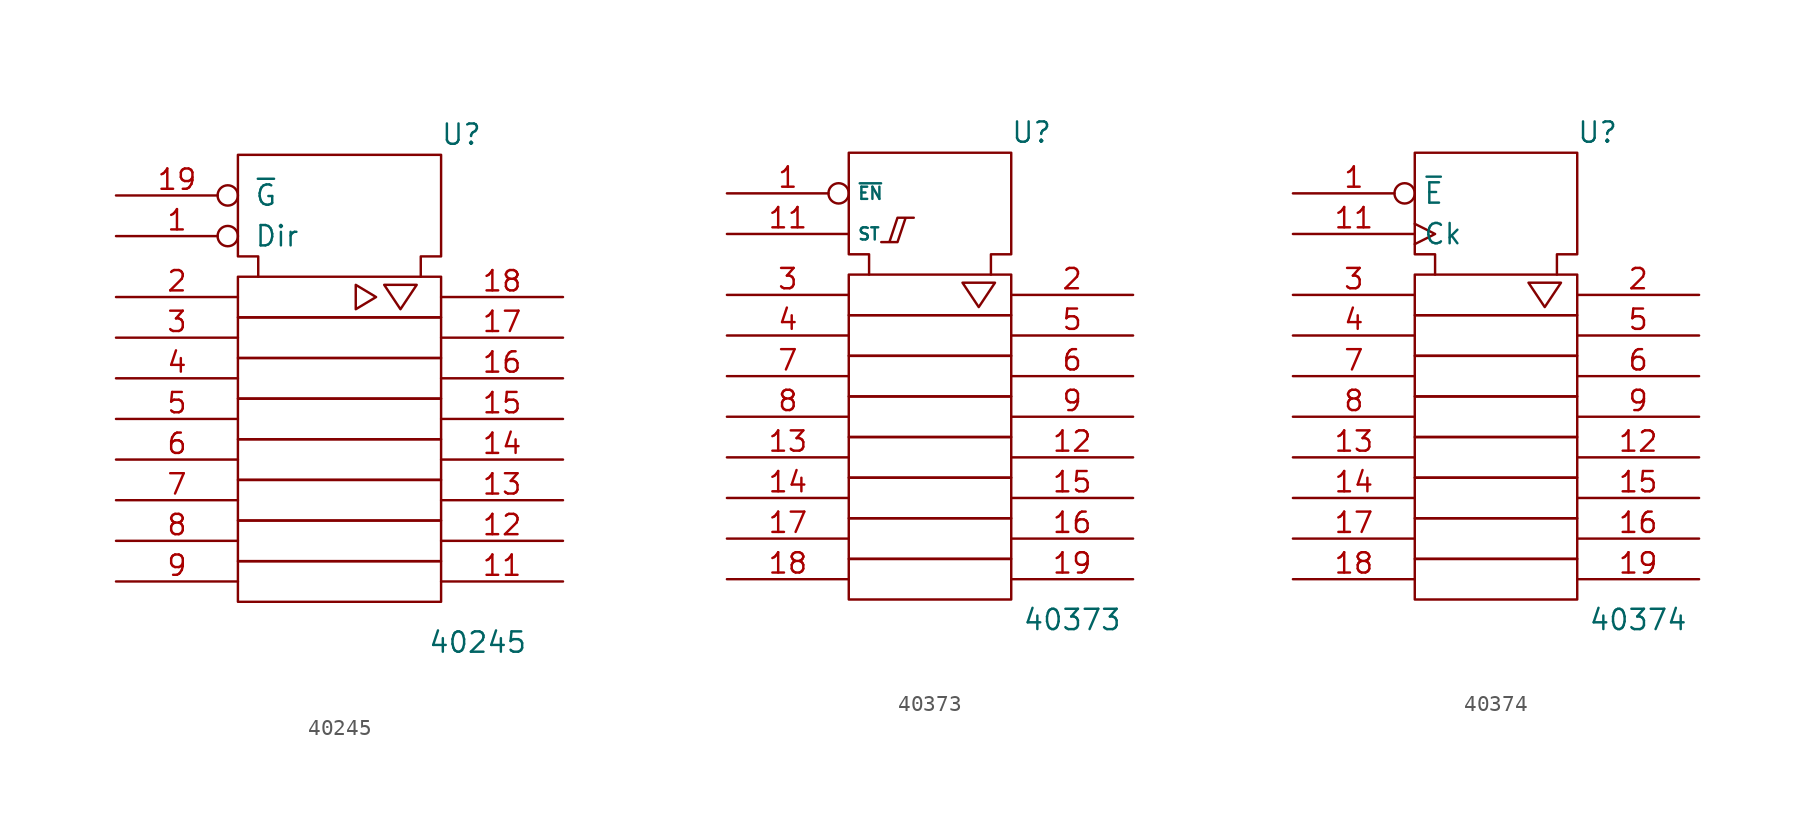
<source format=kicad_sym>
(kicad_symbol_lib
  (version 20200908)
  (generator kicad_symbol_editor)
  (symbol "4xxx_IEEE:40245"
    (pin_names
      (offset 1.016))
    (property "Reference" "U"
      (at 7.62 16.51 0)
      (effects (font (size 1.27 1.27))))
    (property "Value" "40245"
      (at 8.636 -15.24 0)
      (effects (font (size 1.27 1.27))))
    (symbol "40245_0_1"
      (rectangle (start -6.35 -10.16) (end 6.35 -12.7) (stroke (width 0)) (fill (type none)))
      (rectangle (start -6.35 -7.62) (end 6.35 -10.16) (stroke (width 0)) (fill (type none)))
      (rectangle (start -6.35 -5.08) (end 6.35 -7.62) (stroke (width 0)) (fill (type none)))
      (rectangle (start -6.35 -2.54) (end 6.35 -5.08) (stroke (width 0)) (fill (type none)))
      (rectangle (start -6.35 0) (end 6.35 -2.54) (stroke (width 0)) (fill (type none)))
      (rectangle (start -6.35 2.54) (end 6.35 0) (stroke (width 0)) (fill (type none)))
      (rectangle (start -6.35 5.08) (end 6.35 2.54) (stroke (width 0)) (fill (type none)))
      (rectangle (start -6.35 7.62) (end 6.35 5.08) (stroke (width 0)) (fill (type none)))
      (polyline (pts (xy -5.08 7.62) (xy -5.08 8.89) (xy -6.35 8.89) (xy -6.35 15.24) (xy 6.35 15.24) (xy 6.35 8.89) (xy 5.08 8.89) (xy 5.08 7.62) (xy 5.08 7.62)) (stroke (width 0)) (fill (type none))))
    (symbol "40245_0_0"
      (polyline (pts (xy 1.016 7.112) (xy 1.016 5.588) (xy 2.286 6.35) (xy 1.016 7.112) (xy 1.016 7.112)) (stroke (width 0)) (fill (type none)))
      (polyline (pts (xy 3.302 7.112) (xy 4.826 7.112) (xy 3.81 5.588) (xy 2.794 7.112) (xy 3.302 7.112) (xy 3.302 7.112)) (stroke (width 0)) (fill (type none))))
    (symbol "40245_1_0"
      (pin output inverted (at -13.97 10.16 0) (length 7.62) (name "Dir" (effects (font (size 1.27 1.27)))) (number "1" (effects (font (size 1.27 1.27)))))
      (pin power_in line (at 0 15.24 270) (length 0) hide (name "Vss" (effects (font (size 1.27 1.27)))) (number "10" (effects (font (size 1.27 1.27)))))
      (pin bidirectional line (at 13.97 -11.43 180) (length 7.62) (name "~" (effects (font (size 1.27 1.27)))) (number "11" (effects (font (size 1.27 1.27)))))
      (pin bidirectional line (at 13.97 -8.89 180) (length 7.62) (name "~" (effects (font (size 1.27 1.27)))) (number "12" (effects (font (size 1.27 1.27)))))
      (pin bidirectional line (at 13.97 -6.35 180) (length 7.62) (name "~" (effects (font (size 1.27 1.27)))) (number "13" (effects (font (size 1.27 1.27)))))
      (pin bidirectional line (at 13.97 -3.81 180) (length 7.62) (name "~" (effects (font (size 1.27 1.27)))) (number "14" (effects (font (size 1.27 1.27)))))
      (pin bidirectional line (at 13.97 -1.27 180) (length 7.62) (name "~" (effects (font (size 1.27 1.27)))) (number "15" (effects (font (size 1.27 1.27)))))
      (pin bidirectional line (at 13.97 1.27 180) (length 7.62) (name "~" (effects (font (size 1.27 1.27)))) (number "16" (effects (font (size 1.27 1.27)))))
      (pin bidirectional line (at 13.97 3.81 180) (length 7.62) (name "~" (effects (font (size 1.27 1.27)))) (number "17" (effects (font (size 1.27 1.27)))))
      (pin bidirectional line (at 13.97 6.35 180) (length 7.62) (name "~" (effects (font (size 1.27 1.27)))) (number "18" (effects (font (size 1.27 1.27)))))
      (pin output inverted (at -13.97 12.7 0) (length 7.62) (name "~G" (effects (font (size 1.27 1.27)))) (number "19" (effects (font (size 1.27 1.27)))))
      (pin output line (at -13.97 6.35 0) (length 7.62) (name "~" (effects (font (size 1.27 1.27)))) (number "2" (effects (font (size 1.27 1.27)))))
      (pin power_in line (at 3.81 15.24 270) (length 0) hide (name "Vdd" (effects (font (size 1.27 1.27)))) (number "20" (effects (font (size 1.27 1.27)))))
      (pin output line (at -13.97 3.81 0) (length 7.62) (name "~" (effects (font (size 1.27 1.27)))) (number "3" (effects (font (size 1.27 1.27)))))
      (pin output line (at -13.97 1.27 0) (length 7.62) (name "~" (effects (font (size 1.27 1.27)))) (number "4" (effects (font (size 1.27 1.27)))))
      (pin output line (at -13.97 -1.27 0) (length 7.62) (name "~" (effects (font (size 1.27 1.27)))) (number "5" (effects (font (size 1.27 1.27)))))
      (pin output line (at -13.97 -3.81 0) (length 7.62) (name "~" (effects (font (size 1.27 1.27)))) (number "6" (effects (font (size 1.27 1.27)))))
      (pin output line (at -13.97 -6.35 0) (length 7.62) (name "~" (effects (font (size 1.27 1.27)))) (number "7" (effects (font (size 1.27 1.27)))))
      (pin output line (at -13.97 -8.89 0) (length 7.62) (name "~" (effects (font (size 1.27 1.27)))) (number "8" (effects (font (size 1.27 1.27)))))
      (pin output line (at -13.97 -11.43 0) (length 7.62) (name "~" (effects (font (size 1.27 1.27)))) (number "9" (effects (font (size 1.27 1.27)))))))
  (symbol "4xxx_IEEE:40373"
    (property "Reference" "U"
      (at 6.35 13.97 0)
      (effects (font (size 1.27 1.27))))
    (property "Value" "40373"
      (at 8.89 -16.51 0)
      (effects (font (size 1.27 1.27))))
    (symbol "40373_0_1"
      (rectangle (start -5.08 -12.7) (end 5.08 -15.24) (stroke (width 0)) (fill (type none)))
      (rectangle (start -5.08 -10.16) (end 5.08 -12.7) (stroke (width 0)) (fill (type none)))
      (rectangle (start -5.08 -7.62) (end 5.08 -10.16) (stroke (width 0)) (fill (type none)))
      (rectangle (start -5.08 -5.08) (end 5.08 -7.62) (stroke (width 0)) (fill (type none)))
      (rectangle (start -5.08 -2.54) (end 5.08 -5.08) (stroke (width 0)) (fill (type none)))
      (rectangle (start -5.08 0) (end 5.08 -2.54) (stroke (width 0)) (fill (type none)))
      (rectangle (start -5.08 2.54) (end 5.08 0) (stroke (width 0)) (fill (type none)))
      (rectangle (start -5.08 5.08) (end 5.08 2.54) (stroke (width 0)) (fill (type none)))
      (polyline (pts (xy 2.032 4.572) (xy 4.064 4.572) (xy 3.048 3.048) (xy 2.032 4.572) (xy 2.032 4.572)) (stroke (width 0)) (fill (type none)))
      (polyline (pts (xy -2.54 7.112) (xy -2.032 7.112) (xy -1.524 8.636) (xy -1.016 8.636) (xy -2.032 8.636) (xy -2.54 7.112) (xy -3.048 7.112) (xy -3.048 7.112)) (stroke (width 0)) (fill (type none)))
      (polyline (pts (xy -3.81 5.08) (xy -3.81 6.35) (xy -5.08 6.35) (xy -5.08 12.7) (xy 5.08 12.7) (xy 5.08 6.35) (xy 3.81 6.35) (xy 3.81 5.08) (xy 3.81 5.08)) (stroke (width 0)) (fill (type none))))
    (symbol "40373_0_0"
      (pin input inverted (at -12.7 10.16 0) (length 7.62) (name "~EN" (effects (font (size 0.762 0.762)))) (number "1" (effects (font (size 1.27 1.27)))))
      (pin power_in line (at -1.27 12.7 270) (length 0) hide (name "Vss" (effects (font (size 0.762 0.762)))) (number "10" (effects (font (size 1.27 1.27)))))
      (pin input line (at -12.7 7.62 0) (length 7.62) (name "ST" (effects (font (size 0.762 0.762)))) (number "11" (effects (font (size 1.27 1.27)))))
      (pin power_in line (at 2.54 12.7 270) (length 0) hide (name "Vdd" (effects (font (size 0.762 0.762)))) (number "20" (effects (font (size 1.27 1.27))))))
    (symbol "40373_1_0"
      (pin output line (at 12.7 -6.35 180) (length 7.62) (name "~" (effects (font (size 0.762 0.762)))) (number "12" (effects (font (size 1.27 1.27)))))
      (pin input line (at -12.7 -6.35 0) (length 7.62) (name "~" (effects (font (size 0.762 0.762)))) (number "13" (effects (font (size 1.27 1.27)))))
      (pin input line (at -12.7 -8.89 0) (length 7.62) (name "~" (effects (font (size 0.762 0.762)))) (number "14" (effects (font (size 1.27 1.27)))))
      (pin output line (at 12.7 -8.89 180) (length 7.62) (name "~" (effects (font (size 0.762 0.762)))) (number "15" (effects (font (size 1.27 1.27)))))
      (pin output line (at 12.7 -11.43 180) (length 7.62) (name "~" (effects (font (size 0.762 0.762)))) (number "16" (effects (font (size 1.27 1.27)))))
      (pin input line (at -12.7 -11.43 0) (length 7.62) (name "~" (effects (font (size 0.762 0.762)))) (number "17" (effects (font (size 1.27 1.27)))))
      (pin input line (at -12.7 -13.97 0) (length 7.62) (name "~" (effects (font (size 0.762 0.762)))) (number "18" (effects (font (size 1.27 1.27)))))
      (pin output line (at 12.7 -13.97 180) (length 7.62) (name "~" (effects (font (size 0.762 0.762)))) (number "19" (effects (font (size 1.27 1.27)))))
      (pin output line (at 12.7 3.81 180) (length 7.62) (name "~" (effects (font (size 0.762 0.762)))) (number "2" (effects (font (size 1.27 1.27)))))
      (pin input line (at -12.7 3.81 0) (length 7.62) (name "~" (effects (font (size 0.762 0.762)))) (number "3" (effects (font (size 1.27 1.27)))))
      (pin input line (at -12.7 1.27 0) (length 7.62) (name "~" (effects (font (size 0.762 0.762)))) (number "4" (effects (font (size 1.27 1.27)))))
      (pin output line (at 12.7 1.27 180) (length 7.62) (name "~" (effects (font (size 0.762 0.762)))) (number "5" (effects (font (size 1.27 1.27)))))
      (pin output line (at 12.7 -1.27 180) (length 7.62) (name "~" (effects (font (size 0.762 0.762)))) (number "6" (effects (font (size 1.27 1.27)))))
      (pin input line (at -12.7 -1.27 0) (length 7.62) (name "~" (effects (font (size 0.762 0.762)))) (number "7" (effects (font (size 1.27 1.27)))))
      (pin input line (at -12.7 -3.81 0) (length 7.62) (name "~" (effects (font (size 0.762 0.762)))) (number "8" (effects (font (size 1.27 1.27)))))
      (pin output line (at 12.7 -3.81 180) (length 7.62) (name "~" (effects (font (size 0.762 0.762)))) (number "9" (effects (font (size 1.27 1.27)))))))
  (symbol "4xxx_IEEE:40374"
    (property "Reference" "U"
      (at 6.35 13.97 0)
      (effects (font (size 1.27 1.27))))
    (property "Value" "40374"
      (at 8.89 -16.51 0)
      (effects (font (size 1.27 1.27))))
    (symbol "40374_0_1"
      (rectangle (start -5.08 -12.7) (end 5.08 -15.24) (stroke (width 0)) (fill (type none)))
      (rectangle (start -5.08 -10.16) (end 5.08 -12.7) (stroke (width 0)) (fill (type none)))
      (rectangle (start -5.08 -7.62) (end 5.08 -10.16) (stroke (width 0)) (fill (type none)))
      (rectangle (start -5.08 -5.08) (end 5.08 -7.62) (stroke (width 0)) (fill (type none)))
      (rectangle (start -5.08 -2.54) (end 5.08 -5.08) (stroke (width 0)) (fill (type none)))
      (rectangle (start -5.08 0) (end 5.08 -2.54) (stroke (width 0)) (fill (type none)))
      (rectangle (start -5.08 2.54) (end 5.08 0) (stroke (width 0)) (fill (type none)))
      (rectangle (start -5.08 5.08) (end 5.08 2.54) (stroke (width 0)) (fill (type none)))
      (polyline (pts (xy 2.032 4.572) (xy 4.064 4.572) (xy 3.048 3.048) (xy 2.032 4.572) (xy 2.032 4.572)) (stroke (width 0)) (fill (type none)))
      (polyline (pts (xy -3.81 5.08) (xy -3.81 6.35) (xy -5.08 6.35) (xy -5.08 12.7) (xy 5.08 12.7) (xy 5.08 6.35) (xy 3.81 6.35) (xy 3.81 5.08) (xy 3.81 5.08)) (stroke (width 0)) (fill (type none))))
    (symbol "40374_0_0"
      (pin input inverted (at -12.7 10.16 0) (length 7.62) (name "~E" (effects (font (size 1.27 1.27)))) (number "1" (effects (font (size 1.27 1.27)))))
      (pin power_in line (at 0 12.7 270) (length 0) hide (name "Vss" (effects (font (size 1.27 1.27)))) (number "10" (effects (font (size 1.27 1.27)))))
      (pin input clock (at -12.7 7.62 0) (length 7.62) (name "Ck" (effects (font (size 1.27 1.27)))) (number "11" (effects (font (size 1.27 1.27)))))
      (pin power_in line (at 3.81 12.7 270) (length 0) hide (name "Vdd" (effects (font (size 1.27 1.27)))) (number "20" (effects (font (size 1.27 1.27))))))
    (symbol "40374_1_0"
      (pin tri_state line (at 12.7 -6.35 180) (length 7.62) (name "~" (effects (font (size 1.27 1.27)))) (number "12" (effects (font (size 1.27 1.27)))))
      (pin input line (at -12.7 -6.35 0) (length 7.62) (name "~" (effects (font (size 1.27 1.27)))) (number "13" (effects (font (size 1.27 1.27)))))
      (pin input line (at -12.7 -8.89 0) (length 7.62) (name "~" (effects (font (size 1.27 1.27)))) (number "14" (effects (font (size 1.27 1.27)))))
      (pin tri_state line (at 12.7 -8.89 180) (length 7.62) (name "~" (effects (font (size 1.27 1.27)))) (number "15" (effects (font (size 1.27 1.27)))))
      (pin tri_state line (at 12.7 -11.43 180) (length 7.62) (name "~" (effects (font (size 1.27 1.27)))) (number "16" (effects (font (size 1.27 1.27)))))
      (pin input line (at -12.7 -11.43 0) (length 7.62) (name "~" (effects (font (size 1.27 1.27)))) (number "17" (effects (font (size 1.27 1.27)))))
      (pin input line (at -12.7 -13.97 0) (length 7.62) (name "~" (effects (font (size 1.27 1.27)))) (number "18" (effects (font (size 1.27 1.27)))))
      (pin tri_state line (at 12.7 -13.97 180) (length 7.62) (name "~" (effects (font (size 1.27 1.27)))) (number "19" (effects (font (size 1.27 1.27)))))
      (pin tri_state line (at 12.7 3.81 180) (length 7.62) (name "~" (effects (font (size 1.27 1.27)))) (number "2" (effects (font (size 1.27 1.27)))))
      (pin input line (at -12.7 3.81 0) (length 7.62) (name "~" (effects (font (size 1.27 1.27)))) (number "3" (effects (font (size 1.27 1.27)))))
      (pin input line (at -12.7 1.27 0) (length 7.62) (name "~" (effects (font (size 1.27 1.27)))) (number "4" (effects (font (size 1.27 1.27)))))
      (pin tri_state line (at 12.7 1.27 180) (length 7.62) (name "~" (effects (font (size 1.27 1.27)))) (number "5" (effects (font (size 1.27 1.27)))))
      (pin tri_state line (at 12.7 -1.27 180) (length 7.62) (name "~" (effects (font (size 1.27 1.27)))) (number "6" (effects (font (size 1.27 1.27)))))
      (pin input line (at -12.7 -1.27 0) (length 7.62) (name "~" (effects (font (size 1.27 1.27)))) (number "7" (effects (font (size 1.27 1.27)))))
      (pin input line (at -12.7 -3.81 0) (length 7.62) (name "~" (effects (font (size 1.27 1.27)))) (number "8" (effects (font (size 1.27 1.27)))))
      (pin tri_state line (at 12.7 -3.81 180) (length 7.62) (name "~" (effects (font (size 1.27 1.27)))) (number "9" (effects (font (size 1.27 1.27))))))))
</source>
